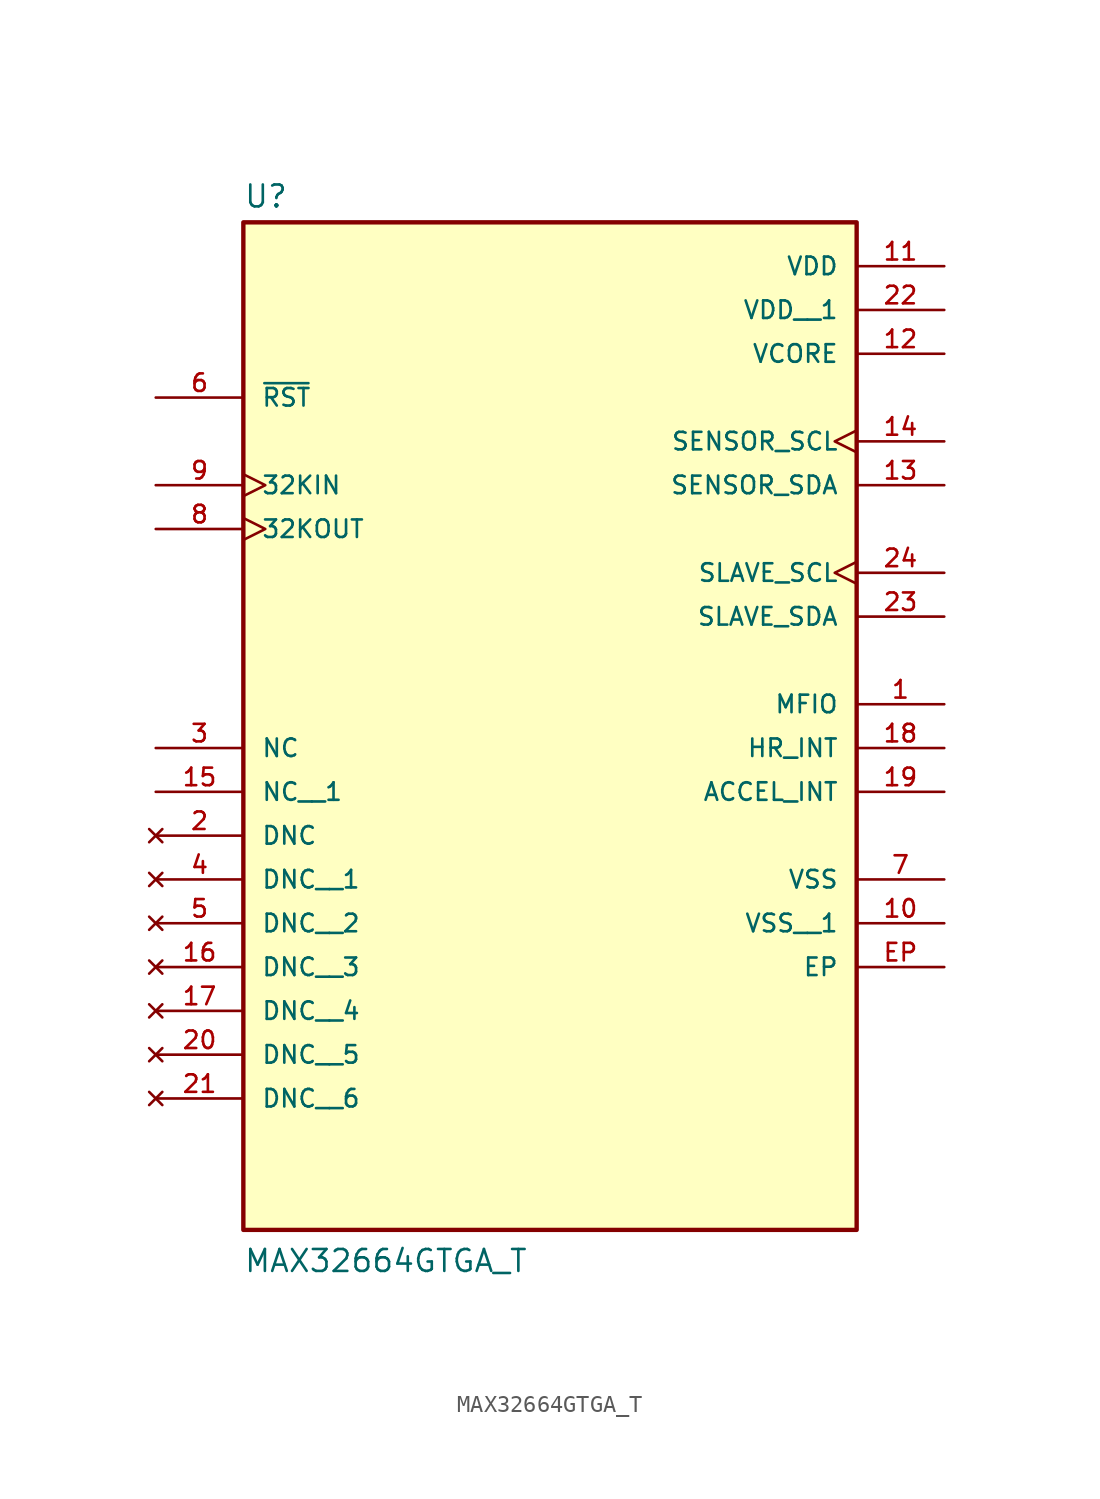
<source format=kicad_sym>
(kicad_symbol_lib
  (version 20211014)
  (generator kicad_symbol_editor)
  (symbol "MAX32664GTGA_T"
    (pin_names
      (offset 1.016))
    (property "Reference" "U"
      (at -17.78 21.082 0)
      (effects (font (size 1.27 1.27)) (justify bottom left)))
    (property "Value" "MAX32664GTGA_T"
      (at -17.78 -40.64 0)
      (effects (font (size 1.27 1.27)) (justify bottom left)))
    (symbol "MAX32664GTGA_T_0_0"
      (rectangle (start -17.78 -38.1) (end 17.78 20.32) (stroke (width 0.254)) (fill (type background)))
      (pin power_in line (at 22.86 17.78 180.0) (length 5.08) (name "VDD" (effects (font (size 1.016 1.016)))) (number "11" (effects (font (size 1.016 1.016)))))
      (pin power_in line (at 22.86 12.7 180.0) (length 5.08) (name "VCORE" (effects (font (size 1.016 1.016)))) (number "12" (effects (font (size 1.016 1.016)))))
      (pin power_in line (at 22.86 -17.78 180.0) (length 5.08) (name "VSS" (effects (font (size 1.016 1.016)))) (number "7" (effects (font (size 1.016 1.016)))))
      (pin power_in line (at 22.86 -22.86 180.0) (length 5.08) (name "EP" (effects (font (size 1.016 1.016)))) (number "EP" (effects (font (size 1.016 1.016)))))
      (pin input clock (at -22.86 5.08 0) (length 5.08) (name "32KIN" (effects (font (size 1.016 1.016)))) (number "9" (effects (font (size 1.016 1.016)))))
      (pin output clock (at -22.86 2.54 0) (length 5.08) (name "32KOUT" (effects (font (size 1.016 1.016)))) (number "8" (effects (font (size 1.016 1.016)))))
      (pin input line (at -22.86 10.16 0) (length 5.08) (name "~{RST}" (effects (font (size 1.016 1.016)))) (number "6" (effects (font (size 1.016 1.016)))))
      (pin input clock (at 22.86 0.0 180.0) (length 5.08) (name "SLAVE_SCL" (effects (font (size 1.016 1.016)))) (number "24" (effects (font (size 1.016 1.016)))))
      (pin bidirectional line (at 22.86 -2.54 180.0) (length 5.08) (name "SLAVE_SDA" (effects (font (size 1.016 1.016)))) (number "23" (effects (font (size 1.016 1.016)))))
      (pin bidirectional line (at 22.86 -7.62 180.0) (length 5.08) (name "MFIO" (effects (font (size 1.016 1.016)))) (number "1" (effects (font (size 1.016 1.016)))))
      (pin no_connect line (at -22.86 -15.24 0) (length 5.08) (name "DNC" (effects (font (size 1.016 1.016)))) (number "2" (effects (font (size 1.016 1.016)))))
      (pin passive line (at -22.86 -10.16 0) (length 5.08) (name "NC" (effects (font (size 1.016 1.016)))) (number "3" (effects (font (size 1.016 1.016)))))
      (pin input clock (at 22.86 7.62 180.0) (length 5.08) (name "SENSOR_SCL" (effects (font (size 1.016 1.016)))) (number "14" (effects (font (size 1.016 1.016)))))
      (pin bidirectional line (at 22.86 5.08 180.0) (length 5.08) (name "SENSOR_SDA" (effects (font (size 1.016 1.016)))) (number "13" (effects (font (size 1.016 1.016)))))
      (pin input line (at 22.86 -10.16 180.0) (length 5.08) (name "HR_INT" (effects (font (size 1.016 1.016)))) (number "18" (effects (font (size 1.016 1.016)))))
      (pin input line (at 22.86 -12.7 180.0) (length 5.08) (name "ACCEL_INT" (effects (font (size 1.016 1.016)))) (number "19" (effects (font (size 1.016 1.016)))))
      (pin passive line (at -22.86 -12.7 0) (length 5.08) (name "NC__1" (effects (font (size 1.016 1.016)))) (number "15" (effects (font (size 1.016 1.016)))))
      (pin no_connect line (at -22.86 -17.78 0) (length 5.08) (name "DNC__1" (effects (font (size 1.016 1.016)))) (number "4" (effects (font (size 1.016 1.016)))))
      (pin no_connect line (at -22.86 -20.32 0) (length 5.08) (name "DNC__2" (effects (font (size 1.016 1.016)))) (number "5" (effects (font (size 1.016 1.016)))))
      (pin no_connect line (at -22.86 -22.86 0) (length 5.08) (name "DNC__3" (effects (font (size 1.016 1.016)))) (number "16" (effects (font (size 1.016 1.016)))))
      (pin no_connect line (at -22.86 -25.4 0) (length 5.08) (name "DNC__4" (effects (font (size 1.016 1.016)))) (number "17" (effects (font (size 1.016 1.016)))))
      (pin no_connect line (at -22.86 -27.94 0) (length 5.08) (name "DNC__5" (effects (font (size 1.016 1.016)))) (number "20" (effects (font (size 1.016 1.016)))))
      (pin no_connect line (at -22.86 -30.48 0) (length 5.08) (name "DNC__6" (effects (font (size 1.016 1.016)))) (number "21" (effects (font (size 1.016 1.016)))))
      (pin power_in line (at 22.86 15.24 180.0) (length 5.08) (name "VDD__1" (effects (font (size 1.016 1.016)))) (number "22" (effects (font (size 1.016 1.016)))))
      (pin power_in line (at 22.86 -20.32 180.0) (length 5.08) (name "VSS__1" (effects (font (size 1.016 1.016)))) (number "10" (effects (font (size 1.016 1.016))))))))
</source>
